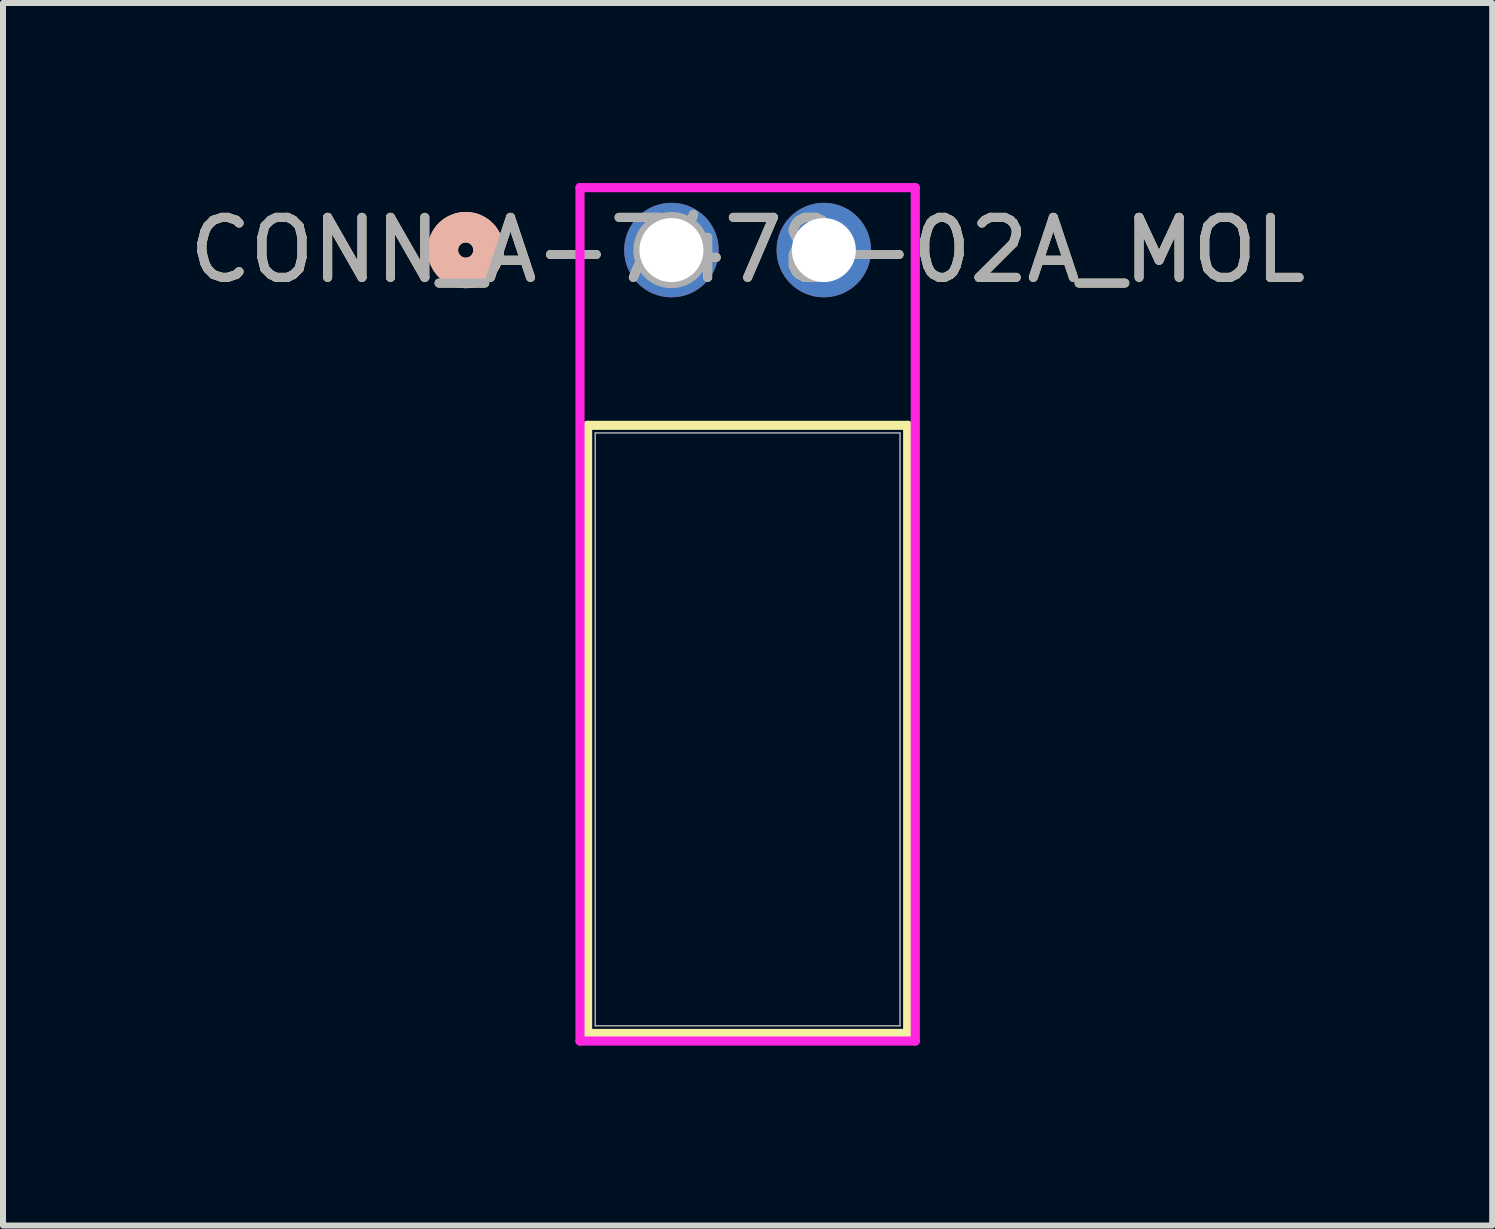
<source format=kicad_pcb>
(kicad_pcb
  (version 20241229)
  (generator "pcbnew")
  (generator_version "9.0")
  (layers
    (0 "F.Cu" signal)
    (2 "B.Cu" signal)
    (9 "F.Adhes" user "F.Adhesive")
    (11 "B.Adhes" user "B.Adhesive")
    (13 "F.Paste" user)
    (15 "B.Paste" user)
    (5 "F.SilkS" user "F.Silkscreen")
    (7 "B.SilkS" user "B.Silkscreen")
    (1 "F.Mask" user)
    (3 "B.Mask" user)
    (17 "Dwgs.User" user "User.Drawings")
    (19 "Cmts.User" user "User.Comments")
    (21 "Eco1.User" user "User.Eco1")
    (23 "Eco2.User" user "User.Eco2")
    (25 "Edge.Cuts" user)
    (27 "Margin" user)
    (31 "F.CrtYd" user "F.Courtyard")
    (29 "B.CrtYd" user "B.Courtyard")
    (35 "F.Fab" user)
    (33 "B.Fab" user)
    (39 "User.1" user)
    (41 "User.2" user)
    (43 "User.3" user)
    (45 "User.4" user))
  (footprint "CONN_A-7478-02A_MOL"
    (layer "F.Cu")
    (at 8.141 1.118)
    (property "Reference" "CONN_A-7478-02A_MOL" (at 1.27 0 0) (unlocked yes) (layer "F.SilkS") (effects (font (size 1 1) (thickness 0.15))))
    (attr through_hole)
    (fp_line (start -1.397 2.921) (end -1.397 13.056) (stroke (width 0.152) (type solid)) (layer "F.SilkS"))
    (fp_line (start -1.397 13.056) (end 3.937 13.056) (stroke (width 0.152) (type solid)) (layer "F.SilkS"))
    (fp_line (start 3.937 2.921) (end -1.397 2.921) (stroke (width 0.152) (type solid)) (layer "F.SilkS"))
    (fp_line (start 3.937 13.056) (end 3.937 2.921) (stroke (width 0.152) (type solid)) (layer "F.SilkS"))
    (fp_circle (center -3.429 0) (end -3.048 0) (stroke (width 0.508) (type solid)) (fill no) (layer "F.SilkS"))
    (fp_circle (center -3.429 0) (end -3.048 0) (stroke (width 0.508) (type solid)) (fill no) (layer "B.SilkS"))
    (fp_line (start -1.524 -1.041) (end -1.524 13.183) (stroke (width 0.152) (type solid)) (layer "F.CrtYd"))
    (fp_line (start -1.524 13.183) (end 4.064 13.183) (stroke (width 0.152) (type solid)) (layer "F.CrtYd"))
    (fp_line (start 4.064 -1.041) (end -1.524 -1.041) (stroke (width 0.152) (type solid)) (layer "F.CrtYd"))
    (fp_line (start 4.064 13.183) (end 4.064 -1.041) (stroke (width 0.152) (type solid)) (layer "F.CrtYd"))
    (fp_line (start -1.27 3.048) (end -1.27 12.929) (stroke (width 0.025) (type solid)) (layer "F.Fab"))
    (fp_line (start -1.27 12.929) (end 3.81 12.929) (stroke (width 0.025) (type solid)) (layer "F.Fab"))
    (fp_line (start 3.81 3.048) (end -1.27 3.048) (stroke (width 0.025) (type solid)) (layer "F.Fab"))
    (fp_line (start 3.81 12.929) (end 3.81 3.048) (stroke (width 0.025) (type solid)) (layer "F.Fab"))
    (fp_circle (center 0 0) (end 0.381 0) (stroke (width 0.508) (type solid)) (fill no) (layer "F.Fab"))
    (fp_text user "${REFERENCE}" (at 1.27 0 0) (unlocked yes) (layer "F.Fab") (effects (font (size 1 1) (thickness 0.15))))
    (pad "1" thru_hole circle (at 0 0) (size 1.575 1.575) (drill 1.067) (layers "*.Cu" "*.Mask"))
    (pad "2" thru_hole circle (at 2.54 0) (size 1.575 1.575) (drill 1.067) (layers "*.Cu" "*.Mask")))
  (gr_rect
    (start -3 -3)
    (end 21.821 17.376)
    (stroke (width 0.1) (type default))
    (fill no)
    (layer "Edge.Cuts")))
</source>
